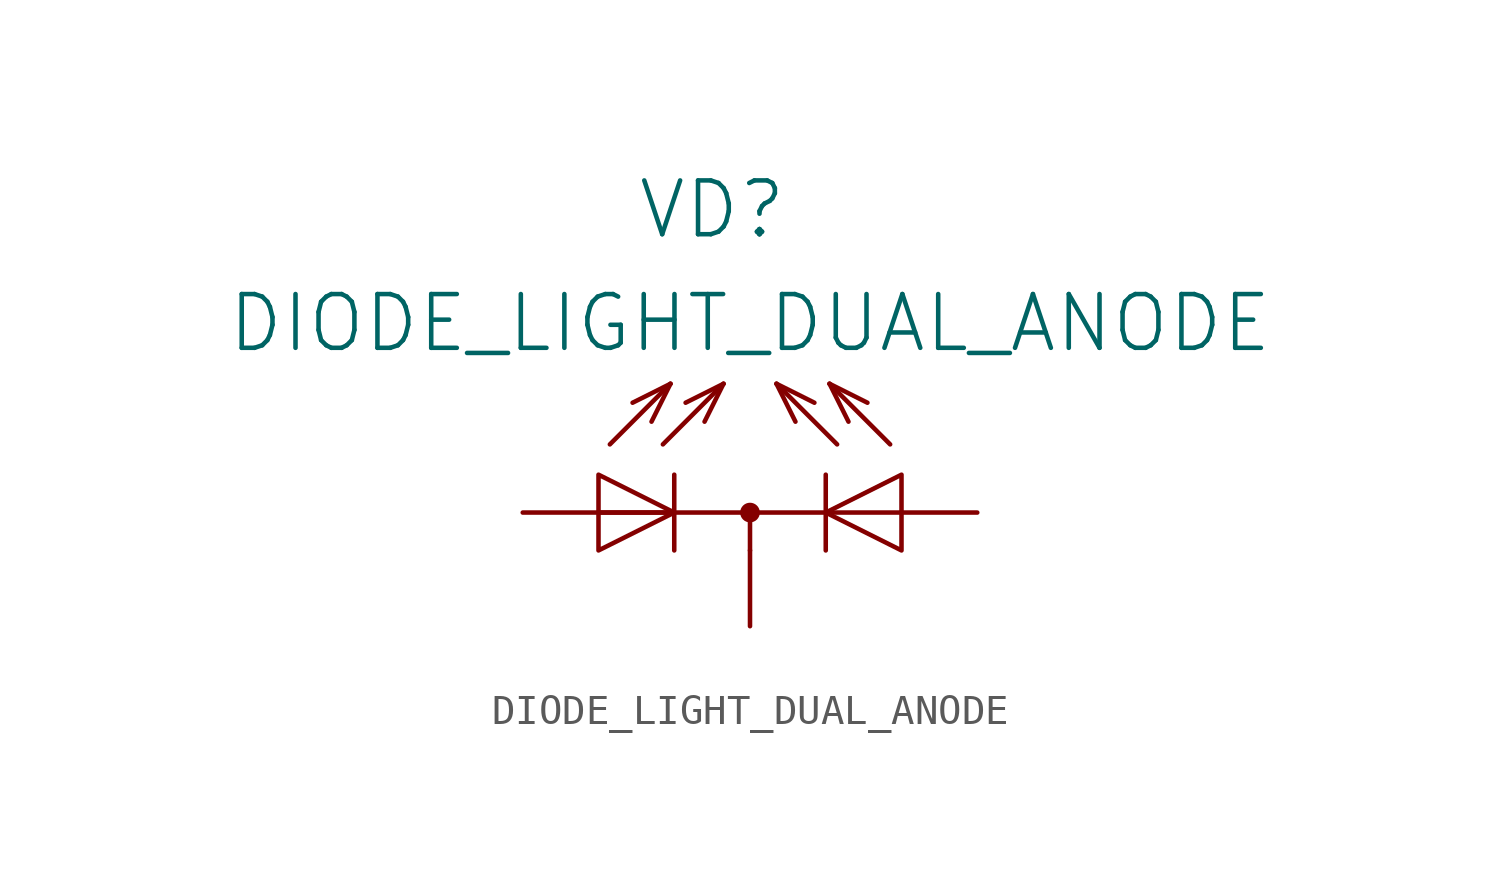
<source format=kicad_sym>
(kicad_symbol_lib
  (version 20211014)
  (generator kicad_symbol_editor)
  (symbol "DIODE_LIGHT_DUAL_ANODE"
    (pin_numbers hide)
    (pin_names
      (offset 1.016))
    (property "Reference" "VD"
      (at -1.27 10.16 0)
      (effects (font (size 1.803 1.803))))
    (property "Value" "DIODE_LIGHT_DUAL_ANODE"
      (at 0 6.35 0)
      (effects (font (size 1.803 1.803))))
    (property "Footprint" ""
      (at -7.62 0 0)
      (effects (font (size 1.524 1.524))))
    (property "Datasheet" ""
      (at -7.62 0 0)
      (effects (font (size 1.524 1.524))))
    (symbol "DIODE_LIGHT_DUAL_ANODE_0_1"
      (polyline (pts (xy -2.667 4.318) (xy -4.699 2.286)) (stroke (width 0) (type default) (color 0 0 0 0)) (fill (type none)))
      (polyline (pts (xy -2.667 4.318) (xy -3.937 3.683)) (stroke (width 0) (type default) (color 0 0 0 0)) (fill (type none)))
      (polyline (pts (xy -2.667 4.318) (xy -3.302 3.048)) (stroke (width 0) (type default) (color 0 0 0 0)) (fill (type none)))
      (polyline (pts (xy -2.54 0) (xy 2.54 0)) (stroke (width 0) (type default) (color 0 0 0 0)) (fill (type none)))
      (polyline (pts (xy -2.54 1.27) (xy -2.54 -1.27)) (stroke (width 0) (type default) (color 0 0 0 0)) (fill (type none)))
      (polyline (pts (xy -0.889 4.318) (xy -2.921 2.286)) (stroke (width 0) (type default) (color 0 0 0 0)) (fill (type none)))
      (polyline (pts (xy -0.889 4.318) (xy -2.159 3.683)) (stroke (width 0) (type default) (color 0 0 0 0)) (fill (type none)))
      (polyline (pts (xy -0.889 4.318) (xy -1.524 3.048)) (stroke (width 0) (type default) (color 0 0 0 0)) (fill (type none)))
      (polyline (pts (xy 0 -1.27) (xy 0 0)) (stroke (width 0) (type default) (color 0 0 0 0)) (fill (type none)))
      (polyline (pts (xy 0.889 4.318) (xy 1.524 3.048)) (stroke (width 0) (type default) (color 0 0 0 0)) (fill (type none)))
      (polyline (pts (xy 0.889 4.318) (xy 2.159 3.683)) (stroke (width 0) (type default) (color 0 0 0 0)) (fill (type none)))
      (polyline (pts (xy 0.889 4.318) (xy 2.921 2.286)) (stroke (width 0) (type default) (color 0 0 0 0)) (fill (type none)))
      (polyline (pts (xy 2.54 1.27) (xy 2.54 -1.27)) (stroke (width 0) (type default) (color 0 0 0 0)) (fill (type none)))
      (polyline (pts (xy 2.667 4.318) (xy 3.302 3.048)) (stroke (width 0) (type default) (color 0 0 0 0)) (fill (type none)))
      (polyline (pts (xy 2.667 4.318) (xy 3.937 3.683)) (stroke (width 0) (type default) (color 0 0 0 0)) (fill (type none)))
      (polyline (pts (xy 2.667 4.318) (xy 4.699 2.286)) (stroke (width 0) (type default) (color 0 0 0 0)) (fill (type none)))
      (polyline (pts (xy -5.08 0) (xy -2.54 0) (xy -2.54 0)) (stroke (width 0) (type default) (color 0 0 0 0)) (fill (type none)))
      (polyline (pts (xy -5.08 0) (xy -2.54 0) (xy -2.54 0)) (stroke (width 0) (type default) (color 0 0 0 0)) (fill (type none)))
      (polyline (pts (xy 5.08 0) (xy 2.54 0) (xy 2.54 0)) (stroke (width 0) (type default) (color 0 0 0 0)) (fill (type none)))
      (polyline (pts (xy -5.08 1.27) (xy -5.08 -1.27) (xy -2.54 0) (xy -5.08 1.27)) (stroke (width 0) (type default) (color 0 0 0 0)) (fill (type none)))
      (polyline (pts (xy 5.08 1.27) (xy 5.08 -1.27) (xy 2.54 0) (xy 5.08 1.27)) (stroke (width 0) (type default) (color 0 0 0 0)) (fill (type none)))
      (circle (center 0 0) (radius 0.254) (stroke (width 0) (type default) (color 0 0 0 0)) (fill (type outline))))
    (symbol "DIODE_LIGHT_DUAL_ANODE_1_1"
      (pin passive line (at -7.62 0 0) (length 2.54) (name "~" (effects (font (size 1.27 1.27)))) (number "1" (effects (font (size 1.27 1.27)))))
      (pin passive line (at 0 -3.81 90) (length 2.54) (name "~" (effects (font (size 1.27 1.27)))) (number "2" (effects (font (size 1.27 1.27)))))
      (pin passive line (at 7.62 0 180) (length 2.54) (name "~" (effects (font (size 1.27 1.27)))) (number "3" (effects (font (size 1.27 1.27))))))))
</source>
